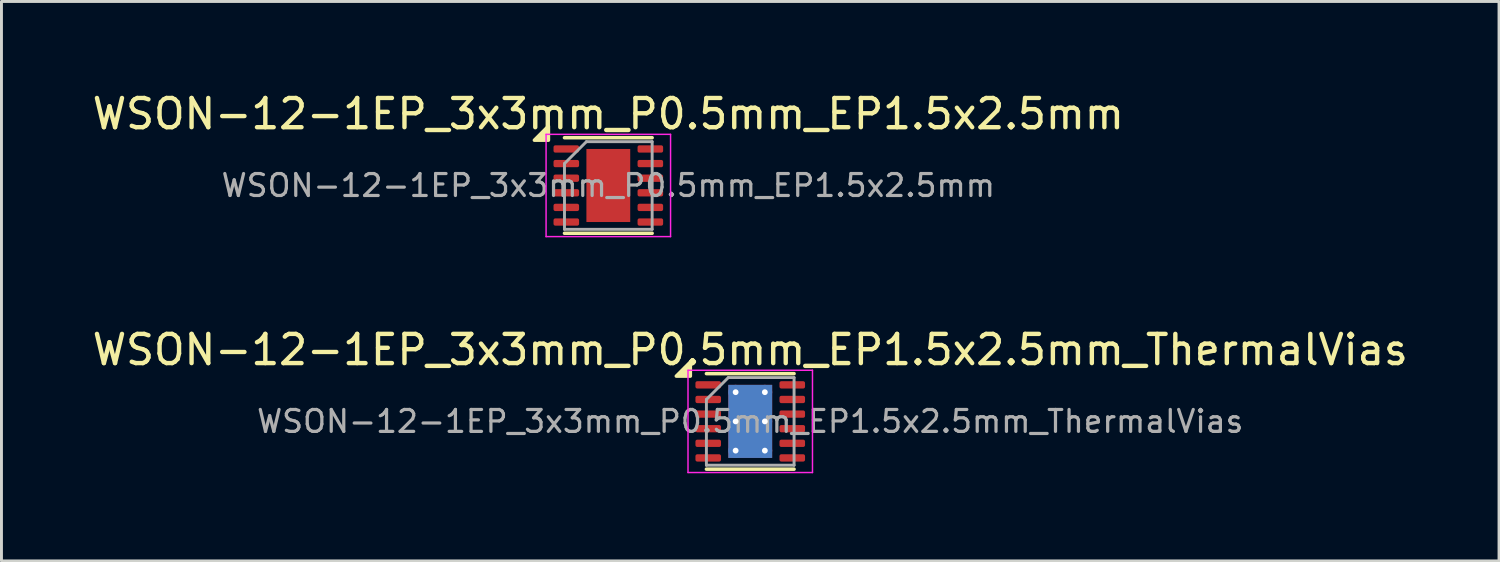
<source format=kicad_pcb>
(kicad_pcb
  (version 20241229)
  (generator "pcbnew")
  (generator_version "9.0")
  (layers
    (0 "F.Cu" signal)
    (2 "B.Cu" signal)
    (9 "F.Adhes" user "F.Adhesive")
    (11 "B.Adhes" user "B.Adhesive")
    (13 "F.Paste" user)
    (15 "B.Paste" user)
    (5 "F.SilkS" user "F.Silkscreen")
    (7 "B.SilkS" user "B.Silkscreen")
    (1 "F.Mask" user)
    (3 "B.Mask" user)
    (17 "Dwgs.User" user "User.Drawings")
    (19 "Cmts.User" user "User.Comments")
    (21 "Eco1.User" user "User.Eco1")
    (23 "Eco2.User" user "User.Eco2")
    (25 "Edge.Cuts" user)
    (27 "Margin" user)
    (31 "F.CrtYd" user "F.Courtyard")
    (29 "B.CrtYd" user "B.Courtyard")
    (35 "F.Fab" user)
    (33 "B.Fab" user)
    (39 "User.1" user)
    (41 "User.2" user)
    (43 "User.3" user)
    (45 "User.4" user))
  (footprint "WSON-12-1EP_3x3mm_P0.5mm_EP1.5x2.5mm"
    (layer "F.Cu")
    (at 17.768 3.298)
    (property "Reference" "WSON-12-1EP_3x3mm_P0.5mm_EP1.5x2.5mm" (at 0 -2.45 0) (layer "F.SilkS") (effects (font (size 1 1) (thickness 0.15))))
    (attr smd)
    (fp_line (start -1.5 -1.635) (end 1.5 -1.635) (stroke (width 0.12) (type solid)) (layer "F.SilkS"))
    (fp_line (start -1.5 1.635) (end 1.5 1.635) (stroke (width 0.12) (type solid)) (layer "F.SilkS"))
    (fp_poly (pts (xy -2.05 -1.55) (xy -2.53 -1.55) (xy -2.05 -2.03) (xy -2.05 -1.55)) (stroke (width 0.12) (type solid)) (fill yes) (layer "F.SilkS"))
    (fp_line (start -2.13 -1.75) (end -2.13 1.75) (stroke (width 0.05) (type solid)) (layer "F.CrtYd"))
    (fp_line (start -2.13 1.75) (end 2.13 1.75) (stroke (width 0.05) (type solid)) (layer "F.CrtYd"))
    (fp_line (start 2.13 -1.75) (end -2.13 -1.75) (stroke (width 0.05) (type solid)) (layer "F.CrtYd"))
    (fp_line (start 2.13 1.75) (end 2.13 -1.75) (stroke (width 0.05) (type solid)) (layer "F.CrtYd"))
    (fp_line (start -1.5 -0.75) (end -0.75 -1.5) (stroke (width 0.1) (type solid)) (layer "F.Fab"))
    (fp_line (start -1.5 1.5) (end -1.5 -0.75) (stroke (width 0.1) (type solid)) (layer "F.Fab"))
    (fp_line (start -0.75 -1.5) (end 1.5 -1.5) (stroke (width 0.1) (type solid)) (layer "F.Fab"))
    (fp_line (start 1.5 -1.5) (end 1.5 1.5) (stroke (width 0.1) (type solid)) (layer "F.Fab"))
    (fp_line (start 1.5 1.5) (end -1.5 1.5) (stroke (width 0.1) (type solid)) (layer "F.Fab"))
    (fp_text user "${REFERENCE}" (at 0 0 0) (layer "F.Fab") (effects (font (size 0.75 0.75) (thickness 0.11))))
    (pad "" smd roundrect (at -0.375 -0.625) (size 0.6 1.01) (layers "F.Paste") (roundrect_rratio 0.25))
    (pad "" smd roundrect (at -0.375 0.625) (size 0.6 1.01) (layers "F.Paste") (roundrect_rratio 0.25))
    (pad "" smd roundrect (at 0.375 -0.625) (size 0.6 1.01) (layers "F.Paste") (roundrect_rratio 0.25))
    (pad "" smd roundrect (at 0.375 0.625) (size 0.6 1.01) (layers "F.Paste") (roundrect_rratio 0.25))
    (pad "1" smd roundrect (at -1.438 -1.25) (size 0.875 0.25) (layers "F.Cu" "F.Mask" "F.Paste") (roundrect_rratio 0.25))
    (pad "2" smd roundrect (at -1.438 -0.75) (size 0.875 0.25) (layers "F.Cu" "F.Mask" "F.Paste") (roundrect_rratio 0.25))
    (pad "3" smd roundrect (at -1.438 -0.25) (size 0.875 0.25) (layers "F.Cu" "F.Mask" "F.Paste") (roundrect_rratio 0.25))
    (pad "4" smd roundrect (at -1.438 0.25) (size 0.875 0.25) (layers "F.Cu" "F.Mask" "F.Paste") (roundrect_rratio 0.25))
    (pad "5" smd roundrect (at -1.438 0.75) (size 0.875 0.25) (layers "F.Cu" "F.Mask" "F.Paste") (roundrect_rratio 0.25))
    (pad "6" smd roundrect (at -1.438 1.25) (size 0.875 0.25) (layers "F.Cu" "F.Mask" "F.Paste") (roundrect_rratio 0.25))
    (pad "7" smd roundrect (at 1.438 1.25) (size 0.875 0.25) (layers "F.Cu" "F.Mask" "F.Paste") (roundrect_rratio 0.25))
    (pad "8" smd roundrect (at 1.438 0.75) (size 0.875 0.25) (layers "F.Cu" "F.Mask" "F.Paste") (roundrect_rratio 0.25))
    (pad "9" smd roundrect (at 1.438 0.25) (size 0.875 0.25) (layers "F.Cu" "F.Mask" "F.Paste") (roundrect_rratio 0.25))
    (pad "10" smd roundrect (at 1.438 -0.25) (size 0.875 0.25) (layers "F.Cu" "F.Mask" "F.Paste") (roundrect_rratio 0.25))
    (pad "11" smd roundrect (at 1.438 -0.75) (size 0.875 0.25) (layers "F.Cu" "F.Mask" "F.Paste") (roundrect_rratio 0.25))
    (pad "12" smd roundrect (at 1.438 -1.25) (size 0.875 0.25) (layers "F.Cu" "F.Mask" "F.Paste") (roundrect_rratio 0.25))
    (pad "13" smd rect (at 0 0) (size 1.5 2.5) (property pad_prop_heatsink) (layers "F.Cu" "F.Mask")))
  (footprint "WSON-12-1EP_3x3mm_P0.5mm_EP1.5x2.5mm_ThermalVias"
    (layer "F.Cu")
    (at 22.625 11.371)
    (property "Reference" "WSON-12-1EP_3x3mm_P0.5mm_EP1.5x2.5mm_ThermalVias" (at 0 -2.45 0) (layer "F.SilkS") (effects (font (size 1 1) (thickness 0.15))))
    (attr smd)
    (fp_line (start -1.5 -1.635) (end 1.5 -1.635) (stroke (width 0.12) (type solid)) (layer "F.SilkS"))
    (fp_line (start -1.5 1.635) (end 1.5 1.635) (stroke (width 0.12) (type solid)) (layer "F.SilkS"))
    (fp_poly (pts (xy -2.05 -1.55) (xy -2.53 -1.55) (xy -2.05 -2.03) (xy -2.05 -1.55)) (stroke (width 0.12) (type solid)) (fill yes) (layer "F.SilkS"))
    (fp_line (start -2.13 -1.75) (end -2.13 1.75) (stroke (width 0.05) (type solid)) (layer "F.CrtYd"))
    (fp_line (start -2.13 1.75) (end 2.13 1.75) (stroke (width 0.05) (type solid)) (layer "F.CrtYd"))
    (fp_line (start 2.13 -1.75) (end -2.13 -1.75) (stroke (width 0.05) (type solid)) (layer "F.CrtYd"))
    (fp_line (start 2.13 1.75) (end 2.13 -1.75) (stroke (width 0.05) (type solid)) (layer "F.CrtYd"))
    (fp_line (start -1.5 -0.75) (end -0.75 -1.5) (stroke (width 0.1) (type solid)) (layer "F.Fab"))
    (fp_line (start -1.5 1.5) (end -1.5 -0.75) (stroke (width 0.1) (type solid)) (layer "F.Fab"))
    (fp_line (start -0.75 -1.5) (end 1.5 -1.5) (stroke (width 0.1) (type solid)) (layer "F.Fab"))
    (fp_line (start 1.5 -1.5) (end 1.5 1.5) (stroke (width 0.1) (type solid)) (layer "F.Fab"))
    (fp_line (start 1.5 1.5) (end -1.5 1.5) (stroke (width 0.1) (type solid)) (layer "F.Fab"))
    (fp_text user "${REFERENCE}" (at 0 0 0) (layer "F.Fab") (effects (font (size 0.75 0.75) (thickness 0.11))))
    (pad "" smd roundrect (at -0.375 -0.625) (size 0.65 1.08) (layers "F.Paste") (roundrect_rratio 0.25))
    (pad "" smd roundrect (at -0.375 0.625) (size 0.65 1.08) (layers "F.Paste") (roundrect_rratio 0.25))
    (pad "" smd roundrect (at 0.375 -0.625) (size 0.65 1.08) (layers "F.Paste") (roundrect_rratio 0.25))
    (pad "" smd roundrect (at 0.375 0.625) (size 0.65 1.08) (layers "F.Paste") (roundrect_rratio 0.25))
    (pad "1" smd roundrect (at -1.438 -1.25) (size 0.875 0.25) (layers "F.Cu" "F.Mask" "F.Paste") (roundrect_rratio 0.25))
    (pad "2" smd roundrect (at -1.438 -0.75) (size 0.875 0.25) (layers "F.Cu" "F.Mask" "F.Paste") (roundrect_rratio 0.25))
    (pad "3" smd roundrect (at -1.438 -0.25) (size 0.875 0.25) (layers "F.Cu" "F.Mask" "F.Paste") (roundrect_rratio 0.25))
    (pad "4" smd roundrect (at -1.438 0.25) (size 0.875 0.25) (layers "F.Cu" "F.Mask" "F.Paste") (roundrect_rratio 0.25))
    (pad "5" smd roundrect (at -1.438 0.75) (size 0.875 0.25) (layers "F.Cu" "F.Mask" "F.Paste") (roundrect_rratio 0.25))
    (pad "6" smd roundrect (at -1.438 1.25) (size 0.875 0.25) (layers "F.Cu" "F.Mask" "F.Paste") (roundrect_rratio 0.25))
    (pad "7" smd roundrect (at 1.438 1.25) (size 0.875 0.25) (layers "F.Cu" "F.Mask" "F.Paste") (roundrect_rratio 0.25))
    (pad "8" smd roundrect (at 1.438 0.75) (size 0.875 0.25) (layers "F.Cu" "F.Mask" "F.Paste") (roundrect_rratio 0.25))
    (pad "9" smd roundrect (at 1.438 0.25) (size 0.875 0.25) (layers "F.Cu" "F.Mask" "F.Paste") (roundrect_rratio 0.25))
    (pad "10" smd roundrect (at 1.438 -0.25) (size 0.875 0.25) (layers "F.Cu" "F.Mask" "F.Paste") (roundrect_rratio 0.25))
    (pad "11" smd roundrect (at 1.438 -0.75) (size 0.875 0.25) (layers "F.Cu" "F.Mask" "F.Paste") (roundrect_rratio 0.25))
    (pad "12" smd roundrect (at 1.438 -1.25) (size 0.875 0.25) (layers "F.Cu" "F.Mask" "F.Paste") (roundrect_rratio 0.25))
    (pad "13" thru_hole circle (at -0.5 -1) (size 0.5 0.5) (drill 0.2) (property pad_prop_heatsink) (layers "*.Cu"))
    (pad "13" thru_hole circle (at -0.5 0) (size 0.5 0.5) (drill 0.2) (property pad_prop_heatsink) (layers "*.Cu"))
    (pad "13" thru_hole circle (at -0.5 1) (size 0.5 0.5) (drill 0.2) (property pad_prop_heatsink) (layers "*.Cu"))
    (pad "13" smd rect (at 0 0) (size 1.5 2.5) (property pad_prop_heatsink) (layers "F.Cu" "F.Mask"))
    (pad "13" smd rect (at 0 0) (size 1.5 2.5) (property pad_prop_heatsink) (layers "B.Cu"))
    (pad "13" thru_hole circle (at 0.5 -1) (size 0.5 0.5) (drill 0.2) (property pad_prop_heatsink) (layers "*.Cu"))
    (pad "13" thru_hole circle (at 0.5 0) (size 0.5 0.5) (drill 0.2) (property pad_prop_heatsink) (layers "*.Cu"))
    (pad "13" thru_hole circle (at 0.5 1) (size 0.5 0.5) (drill 0.2) (property pad_prop_heatsink) (layers "*.Cu")))
  (gr_rect
    (start -3 -3)
    (end 48.25 16.146)
    (stroke (width 0.1) (type default))
    (fill no)
    (layer "Edge.Cuts")))
</source>
